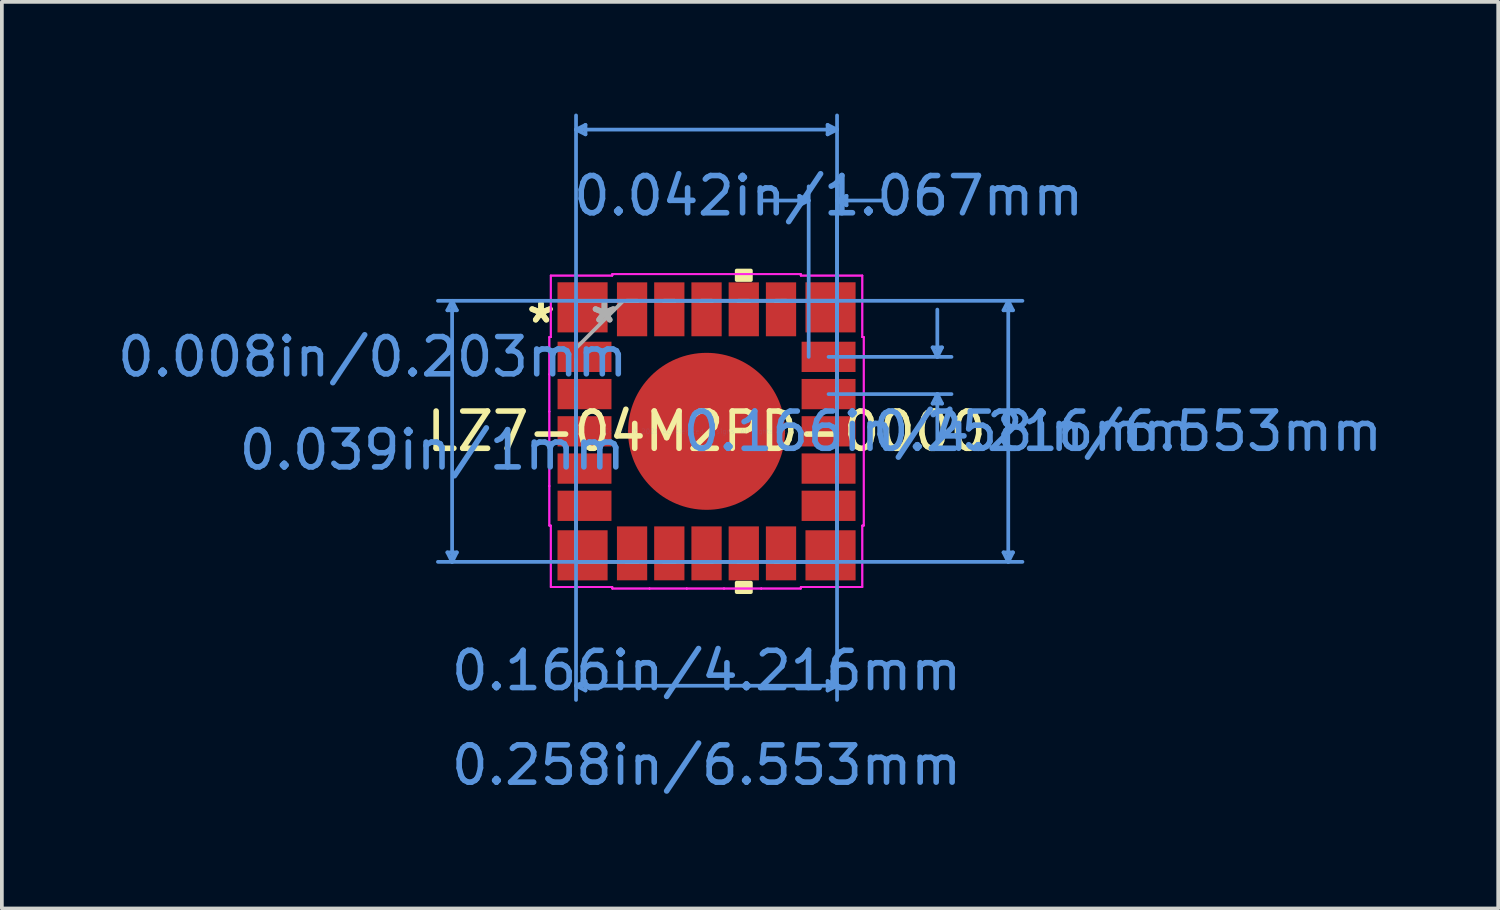
<source format=kicad_pcb>
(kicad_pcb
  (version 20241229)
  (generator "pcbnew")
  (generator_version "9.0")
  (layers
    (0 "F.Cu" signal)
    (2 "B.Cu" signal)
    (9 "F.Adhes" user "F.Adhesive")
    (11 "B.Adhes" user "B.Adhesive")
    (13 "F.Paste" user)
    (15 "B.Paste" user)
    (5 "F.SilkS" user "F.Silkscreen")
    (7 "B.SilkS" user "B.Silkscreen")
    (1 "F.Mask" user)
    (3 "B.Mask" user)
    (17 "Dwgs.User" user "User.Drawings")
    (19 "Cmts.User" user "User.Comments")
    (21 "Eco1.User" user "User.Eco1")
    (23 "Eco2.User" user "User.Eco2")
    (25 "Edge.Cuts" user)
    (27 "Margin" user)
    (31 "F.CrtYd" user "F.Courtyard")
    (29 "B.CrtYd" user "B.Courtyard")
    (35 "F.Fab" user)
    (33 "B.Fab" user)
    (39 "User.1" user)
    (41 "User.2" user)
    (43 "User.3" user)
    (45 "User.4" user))
  (footprint "LZ7-04M2PD-0000"
    (layer "F.Cu")
    (at 15.925 8.534)
    (property "Reference" "LZ7-04M2PD-0000" (at 0 0 0) (layer "F.SilkS") (effects (font (size 1 1) (thickness 0.15))))
    (attr through_hole)
    (fp_poly (pts (xy 0.81 -4.064) (xy 0.81 -4.318) (xy 1.191 -4.318) (xy 1.191 -4.064)) (stroke (width 0.1) (type solid)) (fill yes) (layer "F.SilkS"))
    (fp_poly (pts (xy 0.81 4.064) (xy 0.81 4.318) (xy 1.191 4.318) (xy 1.191 4.064)) (stroke (width 0.1) (type solid)) (fill yes) (layer "F.SilkS"))
    (fp_poly (pts (xy -2.008 -2.008) (xy -2.008 -0.803) (xy -0.803 -0.803) (xy -0.803 -2.008)) (stroke (width 0.1) (type solid)) (fill yes) (layer "F.Paste"))
    (fp_poly (pts (xy -2.008 -0.603) (xy -2.008 0.603) (xy -0.803 0.603) (xy -0.803 -0.603)) (stroke (width 0.1) (type solid)) (fill yes) (layer "F.Paste"))
    (fp_poly (pts (xy -2.008 0.803) (xy -2.008 2.008) (xy -0.803 2.008) (xy -0.803 0.803)) (stroke (width 0.1) (type solid)) (fill yes) (layer "F.Paste"))
    (fp_poly (pts (xy -0.603 -2.008) (xy -0.603 -0.803) (xy 0.603 -0.803) (xy 0.603 -2.008)) (stroke (width 0.1) (type solid)) (fill yes) (layer "F.Paste"))
    (fp_poly (pts (xy -0.603 -0.603) (xy -0.603 0.603) (xy 0.603 0.603) (xy 0.603 -0.603)) (stroke (width 0.1) (type solid)) (fill yes) (layer "F.Paste"))
    (fp_poly (pts (xy -0.603 0.803) (xy -0.603 2.008) (xy 0.603 2.008) (xy 0.603 0.803)) (stroke (width 0.1) (type solid)) (fill yes) (layer "F.Paste"))
    (fp_poly (pts (xy 0.803 -2.008) (xy 0.803 -0.803) (xy 2.008 -0.803) (xy 2.008 -2.008)) (stroke (width 0.1) (type solid)) (fill yes) (layer "F.Paste"))
    (fp_poly (pts (xy 0.803 -0.603) (xy 0.803 0.603) (xy 2.008 0.603) (xy 2.008 -0.603)) (stroke (width 0.1) (type solid)) (fill yes) (layer "F.Paste"))
    (fp_poly (pts (xy 0.803 0.803) (xy 0.803 2.008) (xy 2.008 2.008) (xy 2.008 0.803)) (stroke (width 0.1) (type solid)) (fill yes) (layer "F.Paste"))
    (fp_line (start -6.96 -3.251) (end -6.706 -3.251) (stroke (width 0.1) (type solid)) (layer "Cmts.User"))
    (fp_line (start -6.96 3.251) (end -6.706 3.251) (stroke (width 0.1) (type solid)) (layer "Cmts.User"))
    (fp_line (start -6.833 -3.505) (end -6.96 -3.251) (stroke (width 0.1) (type solid)) (layer "Cmts.User"))
    (fp_line (start -6.833 -3.505) (end -6.833 3.505) (stroke (width 0.1) (type solid)) (layer "Cmts.User"))
    (fp_line (start -6.833 -3.505) (end -6.706 -3.251) (stroke (width 0.1) (type solid)) (layer "Cmts.User"))
    (fp_line (start -6.833 3.505) (end -6.96 3.251) (stroke (width 0.1) (type solid)) (layer "Cmts.User"))
    (fp_line (start -6.833 3.505) (end -6.706 3.251) (stroke (width 0.1) (type solid)) (layer "Cmts.User"))
    (fp_line (start -3.505 -8.103) (end -3.251 -8.23) (stroke (width 0.1) (type solid)) (layer "Cmts.User"))
    (fp_line (start -3.505 -8.103) (end -3.251 -7.976) (stroke (width 0.1) (type solid)) (layer "Cmts.User"))
    (fp_line (start -3.505 -8.103) (end 3.505 -8.103) (stroke (width 0.1) (type solid)) (layer "Cmts.User"))
    (fp_line (start -3.505 -3.505) (end -3.505 7.214) (stroke (width 0.1) (type solid)) (layer "Cmts.User"))
    (fp_line (start -3.505 -2) (end -3.505 -8.484) (stroke (width 0.1) (type solid)) (layer "Cmts.User"))
    (fp_line (start -3.505 6.833) (end -3.251 6.706) (stroke (width 0.1) (type solid)) (layer "Cmts.User"))
    (fp_line (start -3.505 6.833) (end -3.251 6.96) (stroke (width 0.1) (type solid)) (layer "Cmts.User"))
    (fp_line (start -3.505 6.833) (end 3.505 6.833) (stroke (width 0.1) (type solid)) (layer "Cmts.User"))
    (fp_line (start -3.251 -8.23) (end -3.251 -7.976) (stroke (width 0.1) (type solid)) (layer "Cmts.User"))
    (fp_line (start -3.251 6.706) (end -3.251 6.96) (stroke (width 0.1) (type solid)) (layer "Cmts.User"))
    (fp_line (start 2 -3.505) (end 8.484 -3.505) (stroke (width 0.1) (type solid)) (layer "Cmts.User"))
    (fp_line (start 2 3.505) (end 8.484 3.505) (stroke (width 0.1) (type solid)) (layer "Cmts.User"))
    (fp_line (start 2.489 -6.325) (end 2.489 -6.071) (stroke (width 0.1) (type solid)) (layer "Cmts.User"))
    (fp_line (start 2.743 -6.198) (end 1.473 -6.198) (stroke (width 0.1) (type solid)) (layer "Cmts.User"))
    (fp_line (start 2.743 -6.198) (end 2.489 -6.325) (stroke (width 0.1) (type solid)) (layer "Cmts.User"))
    (fp_line (start 2.743 -6.198) (end 2.489 -6.071) (stroke (width 0.1) (type solid)) (layer "Cmts.User"))
    (fp_line (start 2.743 -2) (end 2.743 -6.579) (stroke (width 0.1) (type solid)) (layer "Cmts.User"))
    (fp_line (start 3.251 -8.23) (end 3.251 -7.976) (stroke (width 0.1) (type solid)) (layer "Cmts.User"))
    (fp_line (start 3.251 6.706) (end 3.251 6.96) (stroke (width 0.1) (type solid)) (layer "Cmts.User"))
    (fp_line (start 3.277 -2) (end 6.579 -2) (stroke (width 0.1) (type solid)) (layer "Cmts.User"))
    (fp_line (start 3.277 -1) (end 6.579 -1) (stroke (width 0.1) (type solid)) (layer "Cmts.User"))
    (fp_line (start 3.505 -8.103) (end 3.251 -8.23) (stroke (width 0.1) (type solid)) (layer "Cmts.User"))
    (fp_line (start 3.505 -8.103) (end 3.251 -7.976) (stroke (width 0.1) (type solid)) (layer "Cmts.User"))
    (fp_line (start 3.505 -6.198) (end 3.759 -6.325) (stroke (width 0.1) (type solid)) (layer "Cmts.User"))
    (fp_line (start 3.505 -6.198) (end 3.759 -6.071) (stroke (width 0.1) (type solid)) (layer "Cmts.User"))
    (fp_line (start 3.505 -6.198) (end 4.775 -6.198) (stroke (width 0.1) (type solid)) (layer "Cmts.User"))
    (fp_line (start 3.505 -3.505) (end -7.214 -3.505) (stroke (width 0.1) (type solid)) (layer "Cmts.User"))
    (fp_line (start 3.505 -3.505) (end 3.505 7.214) (stroke (width 0.1) (type solid)) (layer "Cmts.User"))
    (fp_line (start 3.505 -2) (end 3.505 -8.484) (stroke (width 0.1) (type solid)) (layer "Cmts.User"))
    (fp_line (start 3.505 -2) (end 3.505 -6.579) (stroke (width 0.1) (type solid)) (layer "Cmts.User"))
    (fp_line (start 3.505 3.505) (end -7.214 3.505) (stroke (width 0.1) (type solid)) (layer "Cmts.User"))
    (fp_line (start 3.505 6.833) (end 3.251 6.706) (stroke (width 0.1) (type solid)) (layer "Cmts.User"))
    (fp_line (start 3.505 6.833) (end 3.251 6.96) (stroke (width 0.1) (type solid)) (layer "Cmts.User"))
    (fp_line (start 3.759 -6.325) (end 3.759 -6.071) (stroke (width 0.1) (type solid)) (layer "Cmts.User"))
    (fp_line (start 6.071 -2.254) (end 6.325 -2.254) (stroke (width 0.1) (type solid)) (layer "Cmts.User"))
    (fp_line (start 6.071 -0.746) (end 6.325 -0.746) (stroke (width 0.1) (type solid)) (layer "Cmts.User"))
    (fp_line (start 6.198 -2) (end 6.071 -2.254) (stroke (width 0.1) (type solid)) (layer "Cmts.User"))
    (fp_line (start 6.198 -2) (end 6.198 -3.27) (stroke (width 0.1) (type solid)) (layer "Cmts.User"))
    (fp_line (start 6.198 -2) (end 6.325 -2.254) (stroke (width 0.1) (type solid)) (layer "Cmts.User"))
    (fp_line (start 6.198 -1) (end 6.071 -0.746) (stroke (width 0.1) (type solid)) (layer "Cmts.User"))
    (fp_line (start 6.198 -1) (end 6.198 0.27) (stroke (width 0.1) (type solid)) (layer "Cmts.User"))
    (fp_line (start 6.198 -1) (end 6.325 -0.746) (stroke (width 0.1) (type solid)) (layer "Cmts.User"))
    (fp_line (start 7.976 -3.251) (end 8.23 -3.251) (stroke (width 0.1) (type solid)) (layer "Cmts.User"))
    (fp_line (start 7.976 3.251) (end 8.23 3.251) (stroke (width 0.1) (type solid)) (layer "Cmts.User"))
    (fp_line (start 8.103 -3.505) (end 7.976 -3.251) (stroke (width 0.1) (type solid)) (layer "Cmts.User"))
    (fp_line (start 8.103 -3.505) (end 8.103 3.505) (stroke (width 0.1) (type solid)) (layer "Cmts.User"))
    (fp_line (start 8.103 -3.505) (end 8.23 -3.251) (stroke (width 0.1) (type solid)) (layer "Cmts.User"))
    (fp_line (start 8.103 3.505) (end 7.976 3.251) (stroke (width 0.1) (type solid)) (layer "Cmts.User"))
    (fp_line (start 8.103 3.505) (end 8.23 3.251) (stroke (width 0.1) (type solid)) (layer "Cmts.User"))
    (fp_line (start -4.222 -2.531) (end -4.222 -1.531) (stroke (width 0.05) (type solid)) (layer "F.CrtYd"))
    (fp_line (start -4.222 -2.531) (end -4.222 -1.531) (stroke (width 0.05) (type solid)) (layer "F.CrtYd"))
    (fp_line (start -4.222 -1.531) (end -4.222 -1.531) (stroke (width 0.05) (type solid)) (layer "F.CrtYd"))
    (fp_line (start -4.222 -1.531) (end -4.222 -1.531) (stroke (width 0.05) (type solid)) (layer "F.CrtYd"))
    (fp_line (start -4.222 -1.531) (end -4.222 -0.531) (stroke (width 0.05) (type solid)) (layer "F.CrtYd"))
    (fp_line (start -4.222 -1.531) (end -4.222 -0.531) (stroke (width 0.05) (type solid)) (layer "F.CrtYd"))
    (fp_line (start -4.222 -0.531) (end -4.222 -0.531) (stroke (width 0.05) (type solid)) (layer "F.CrtYd"))
    (fp_line (start -4.222 -0.531) (end -4.222 -0.531) (stroke (width 0.05) (type solid)) (layer "F.CrtYd"))
    (fp_line (start -4.222 -0.531) (end -4.222 0.469) (stroke (width 0.05) (type solid)) (layer "F.CrtYd"))
    (fp_line (start -4.222 -0.531) (end -4.222 0.469) (stroke (width 0.05) (type solid)) (layer "F.CrtYd"))
    (fp_line (start -4.222 0.469) (end -4.222 0.469) (stroke (width 0.05) (type solid)) (layer "F.CrtYd"))
    (fp_line (start -4.222 0.469) (end -4.222 0.469) (stroke (width 0.05) (type solid)) (layer "F.CrtYd"))
    (fp_line (start -4.222 0.469) (end -4.222 1.469) (stroke (width 0.05) (type solid)) (layer "F.CrtYd"))
    (fp_line (start -4.222 0.469) (end -4.222 1.469) (stroke (width 0.05) (type solid)) (layer "F.CrtYd"))
    (fp_line (start -4.222 1.469) (end -4.222 1.469) (stroke (width 0.05) (type solid)) (layer "F.CrtYd"))
    (fp_line (start -4.222 1.469) (end -4.222 1.469) (stroke (width 0.05) (type solid)) (layer "F.CrtYd"))
    (fp_line (start -4.222 1.469) (end -4.222 2.531) (stroke (width 0.05) (type solid)) (layer "F.CrtYd"))
    (fp_line (start -4.222 1.469) (end -4.222 2.531) (stroke (width 0.05) (type solid)) (layer "F.CrtYd"))
    (fp_line (start -4.222 2.531) (end -4.183 2.531) (stroke (width 0.05) (type solid)) (layer "F.CrtYd"))
    (fp_line (start -4.222 2.531) (end -4.183 2.531) (stroke (width 0.05) (type solid)) (layer "F.CrtYd"))
    (fp_line (start -4.183 -4.183) (end -4.183 -2.531) (stroke (width 0.05) (type solid)) (layer "F.CrtYd"))
    (fp_line (start -4.183 -4.183) (end -4.183 -2.531) (stroke (width 0.05) (type solid)) (layer "F.CrtYd"))
    (fp_line (start -4.183 -2.531) (end -4.222 -2.531) (stroke (width 0.05) (type solid)) (layer "F.CrtYd"))
    (fp_line (start -4.183 -2.531) (end -4.222 -2.531) (stroke (width 0.05) (type solid)) (layer "F.CrtYd"))
    (fp_line (start -4.183 2.531) (end -4.183 4.183) (stroke (width 0.05) (type solid)) (layer "F.CrtYd"))
    (fp_line (start -4.183 2.531) (end -4.183 4.183) (stroke (width 0.05) (type solid)) (layer "F.CrtYd"))
    (fp_line (start -4.183 4.183) (end -2.531 4.183) (stroke (width 0.05) (type solid)) (layer "F.CrtYd"))
    (fp_line (start -4.183 4.183) (end -2.531 4.183) (stroke (width 0.05) (type solid)) (layer "F.CrtYd"))
    (fp_line (start -2.531 -4.222) (end -2.531 -4.183) (stroke (width 0.05) (type solid)) (layer "F.CrtYd"))
    (fp_line (start -2.531 -4.222) (end -2.531 -4.183) (stroke (width 0.05) (type solid)) (layer "F.CrtYd"))
    (fp_line (start -2.531 -4.183) (end -4.183 -4.183) (stroke (width 0.05) (type solid)) (layer "F.CrtYd"))
    (fp_line (start -2.531 -4.183) (end -4.183 -4.183) (stroke (width 0.05) (type solid)) (layer "F.CrtYd"))
    (fp_line (start -2.531 4.183) (end -2.531 4.222) (stroke (width 0.05) (type solid)) (layer "F.CrtYd"))
    (fp_line (start -2.531 4.183) (end -2.531 4.222) (stroke (width 0.05) (type solid)) (layer "F.CrtYd"))
    (fp_line (start -2.531 4.222) (end -1.531 4.222) (stroke (width 0.05) (type solid)) (layer "F.CrtYd"))
    (fp_line (start -2.531 4.222) (end -1.531 4.222) (stroke (width 0.05) (type solid)) (layer "F.CrtYd"))
    (fp_line (start -1.531 4.222) (end -1.531 4.222) (stroke (width 0.05) (type solid)) (layer "F.CrtYd"))
    (fp_line (start -1.531 4.222) (end -1.531 4.222) (stroke (width 0.05) (type solid)) (layer "F.CrtYd"))
    (fp_line (start -1.531 4.222) (end -0.531 4.222) (stroke (width 0.05) (type solid)) (layer "F.CrtYd"))
    (fp_line (start -1.531 4.222) (end -0.531 4.222) (stroke (width 0.05) (type solid)) (layer "F.CrtYd"))
    (fp_line (start -0.531 4.222) (end -0.531 4.222) (stroke (width 0.05) (type solid)) (layer "F.CrtYd"))
    (fp_line (start -0.531 4.222) (end -0.531 4.222) (stroke (width 0.05) (type solid)) (layer "F.CrtYd"))
    (fp_line (start -0.531 4.222) (end 0.469 4.222) (stroke (width 0.05) (type solid)) (layer "F.CrtYd"))
    (fp_line (start -0.531 4.222) (end 0.469 4.222) (stroke (width 0.05) (type solid)) (layer "F.CrtYd"))
    (fp_line (start 0.469 4.222) (end 0.469 4.222) (stroke (width 0.05) (type solid)) (layer "F.CrtYd"))
    (fp_line (start 0.469 4.222) (end 0.469 4.222) (stroke (width 0.05) (type solid)) (layer "F.CrtYd"))
    (fp_line (start 0.469 4.222) (end 1.469 4.222) (stroke (width 0.05) (type solid)) (layer "F.CrtYd"))
    (fp_line (start 0.469 4.222) (end 1.469 4.222) (stroke (width 0.05) (type solid)) (layer "F.CrtYd"))
    (fp_line (start 1.469 4.222) (end 1.469 4.222) (stroke (width 0.05) (type solid)) (layer "F.CrtYd"))
    (fp_line (start 1.469 4.222) (end 1.469 4.222) (stroke (width 0.05) (type solid)) (layer "F.CrtYd"))
    (fp_line (start 1.469 4.222) (end 2.531 4.222) (stroke (width 0.05) (type solid)) (layer "F.CrtYd"))
    (fp_line (start 1.469 4.222) (end 2.531 4.222) (stroke (width 0.05) (type solid)) (layer "F.CrtYd"))
    (fp_line (start 2.531 -4.222) (end -2.531 -4.222) (stroke (width 0.05) (type solid)) (layer "F.CrtYd"))
    (fp_line (start 2.531 -4.222) (end -2.531 -4.222) (stroke (width 0.05) (type solid)) (layer "F.CrtYd"))
    (fp_line (start 2.531 -4.183) (end 2.531 -4.222) (stroke (width 0.05) (type solid)) (layer "F.CrtYd"))
    (fp_line (start 2.531 -4.183) (end 2.531 -4.222) (stroke (width 0.05) (type solid)) (layer "F.CrtYd"))
    (fp_line (start 2.531 4.183) (end 4.183 4.183) (stroke (width 0.05) (type solid)) (layer "F.CrtYd"))
    (fp_line (start 2.531 4.183) (end 4.183 4.183) (stroke (width 0.05) (type solid)) (layer "F.CrtYd"))
    (fp_line (start 2.531 4.222) (end 2.531 4.183) (stroke (width 0.05) (type solid)) (layer "F.CrtYd"))
    (fp_line (start 2.531 4.222) (end 2.531 4.183) (stroke (width 0.05) (type solid)) (layer "F.CrtYd"))
    (fp_line (start 4.183 -4.183) (end 2.531 -4.183) (stroke (width 0.05) (type solid)) (layer "F.CrtYd"))
    (fp_line (start 4.183 -4.183) (end 2.531 -4.183) (stroke (width 0.05) (type solid)) (layer "F.CrtYd"))
    (fp_line (start 4.183 -2.531) (end 4.183 -4.183) (stroke (width 0.05) (type solid)) (layer "F.CrtYd"))
    (fp_line (start 4.183 -2.531) (end 4.183 -4.183) (stroke (width 0.05) (type solid)) (layer "F.CrtYd"))
    (fp_line (start 4.183 2.531) (end 4.222 2.531) (stroke (width 0.05) (type solid)) (layer "F.CrtYd"))
    (fp_line (start 4.183 2.531) (end 4.222 2.531) (stroke (width 0.05) (type solid)) (layer "F.CrtYd"))
    (fp_line (start 4.183 4.183) (end 4.183 2.531) (stroke (width 0.05) (type solid)) (layer "F.CrtYd"))
    (fp_line (start 4.183 4.183) (end 4.183 2.531) (stroke (width 0.05) (type solid)) (layer "F.CrtYd"))
    (fp_line (start 4.222 -2.531) (end 4.183 -2.531) (stroke (width 0.05) (type solid)) (layer "F.CrtYd"))
    (fp_line (start 4.222 -2.531) (end 4.183 -2.531) (stroke (width 0.05) (type solid)) (layer "F.CrtYd"))
    (fp_line (start 4.222 2.531) (end 4.222 -2.531) (stroke (width 0.05) (type solid)) (layer "F.CrtYd"))
    (fp_line (start 4.222 2.531) (end 4.222 -2.531) (stroke (width 0.05) (type solid)) (layer "F.CrtYd"))
    (fp_line (start -3.505 -3.505) (end -3.505 3.505) (stroke (width 0.1) (type solid)) (layer "F.Fab"))
    (fp_line (start -3.505 -2.235) (end -2.235 -3.505) (stroke (width 0.1) (type solid)) (layer "F.Fab"))
    (fp_line (start -3.505 -2.152) (end -3.505 -2.152) (stroke (width 0.1) (type solid)) (layer "F.Fab"))
    (fp_line (start -3.505 -2.152) (end -3.505 -1.848) (stroke (width 0.1) (type solid)) (layer "F.Fab"))
    (fp_line (start -3.505 -1.848) (end -3.505 -2.152) (stroke (width 0.1) (type solid)) (layer "F.Fab"))
    (fp_line (start -3.505 -1.848) (end -3.505 -1.848) (stroke (width 0.1) (type solid)) (layer "F.Fab"))
    (fp_line (start -3.505 -1.152) (end -3.505 -1.152) (stroke (width 0.1) (type solid)) (layer "F.Fab"))
    (fp_line (start -3.505 -1.152) (end -3.505 -0.848) (stroke (width 0.1) (type solid)) (layer "F.Fab"))
    (fp_line (start -3.505 -0.848) (end -3.505 -1.152) (stroke (width 0.1) (type solid)) (layer "F.Fab"))
    (fp_line (start -3.505 -0.848) (end -3.505 -0.848) (stroke (width 0.1) (type solid)) (layer "F.Fab"))
    (fp_line (start -3.505 -0.152) (end -3.505 -0.152) (stroke (width 0.1) (type solid)) (layer "F.Fab"))
    (fp_line (start -3.505 -0.152) (end -3.505 0.152) (stroke (width 0.1) (type solid)) (layer "F.Fab"))
    (fp_line (start -3.505 0.152) (end -3.505 -0.152) (stroke (width 0.1) (type solid)) (layer "F.Fab"))
    (fp_line (start -3.505 0.152) (end -3.505 0.152) (stroke (width 0.1) (type solid)) (layer "F.Fab"))
    (fp_line (start -3.505 0.848) (end -3.505 0.848) (stroke (width 0.1) (type solid)) (layer "F.Fab"))
    (fp_line (start -3.505 0.848) (end -3.505 1.152) (stroke (width 0.1) (type solid)) (layer "F.Fab"))
    (fp_line (start -3.505 1.152) (end -3.505 0.848) (stroke (width 0.1) (type solid)) (layer "F.Fab"))
    (fp_line (start -3.505 1.152) (end -3.505 1.152) (stroke (width 0.1) (type solid)) (layer "F.Fab"))
    (fp_line (start -3.505 1.848) (end -3.505 1.848) (stroke (width 0.1) (type solid)) (layer "F.Fab"))
    (fp_line (start -3.505 1.848) (end -3.505 2.152) (stroke (width 0.1) (type solid)) (layer "F.Fab"))
    (fp_line (start -3.505 2.152) (end -3.505 1.848) (stroke (width 0.1) (type solid)) (layer "F.Fab"))
    (fp_line (start -3.505 2.152) (end -3.505 2.152) (stroke (width 0.1) (type solid)) (layer "F.Fab"))
    (fp_line (start -3.505 3.505) (end 3.505 3.505) (stroke (width 0.1) (type solid)) (layer "F.Fab"))
    (fp_line (start -2.152 -3.505) (end -2.152 -3.505) (stroke (width 0.1) (type solid)) (layer "F.Fab"))
    (fp_line (start -2.152 -3.505) (end -1.848 -3.505) (stroke (width 0.1) (type solid)) (layer "F.Fab"))
    (fp_line (start -2.152 3.505) (end -2.152 3.505) (stroke (width 0.1) (type solid)) (layer "F.Fab"))
    (fp_line (start -2.152 3.505) (end -1.848 3.505) (stroke (width 0.1) (type solid)) (layer "F.Fab"))
    (fp_line (start -1.848 -3.505) (end -2.152 -3.505) (stroke (width 0.1) (type solid)) (layer "F.Fab"))
    (fp_line (start -1.848 -3.505) (end -1.848 -3.505) (stroke (width 0.1) (type solid)) (layer "F.Fab"))
    (fp_line (start -1.848 3.505) (end -2.152 3.505) (stroke (width 0.1) (type solid)) (layer "F.Fab"))
    (fp_line (start -1.848 3.505) (end -1.848 3.505) (stroke (width 0.1) (type solid)) (layer "F.Fab"))
    (fp_line (start -1.152 -3.505) (end -1.152 -3.505) (stroke (width 0.1) (type solid)) (layer "F.Fab"))
    (fp_line (start -1.152 -3.505) (end -0.848 -3.505) (stroke (width 0.1) (type solid)) (layer "F.Fab"))
    (fp_line (start -1.152 3.505) (end -1.152 3.505) (stroke (width 0.1) (type solid)) (layer "F.Fab"))
    (fp_line (start -1.152 3.505) (end -0.848 3.505) (stroke (width 0.1) (type solid)) (layer "F.Fab"))
    (fp_line (start -0.848 -3.505) (end -1.152 -3.505) (stroke (width 0.1) (type solid)) (layer "F.Fab"))
    (fp_line (start -0.848 -3.505) (end -0.848 -3.505) (stroke (width 0.1) (type solid)) (layer "F.Fab"))
    (fp_line (start -0.848 3.505) (end -1.152 3.505) (stroke (width 0.1) (type solid)) (layer "F.Fab"))
    (fp_line (start -0.848 3.505) (end -0.848 3.505) (stroke (width 0.1) (type solid)) (layer "F.Fab"))
    (fp_line (start -0.152 -3.505) (end -0.152 -3.505) (stroke (width 0.1) (type solid)) (layer "F.Fab"))
    (fp_line (start -0.152 -3.505) (end 0.152 -3.505) (stroke (width 0.1) (type solid)) (layer "F.Fab"))
    (fp_line (start -0.152 3.505) (end -0.152 3.505) (stroke (width 0.1) (type solid)) (layer "F.Fab"))
    (fp_line (start -0.152 3.505) (end 0.152 3.505) (stroke (width 0.1) (type solid)) (layer "F.Fab"))
    (fp_line (start 0.152 -3.505) (end -0.152 -3.505) (stroke (width 0.1) (type solid)) (layer "F.Fab"))
    (fp_line (start 0.152 -3.505) (end 0.152 -3.505) (stroke (width 0.1) (type solid)) (layer "F.Fab"))
    (fp_line (start 0.152 3.505) (end -0.152 3.505) (stroke (width 0.1) (type solid)) (layer "F.Fab"))
    (fp_line (start 0.152 3.505) (end 0.152 3.505) (stroke (width 0.1) (type solid)) (layer "F.Fab"))
    (fp_line (start 0.848 -3.505) (end 0.848 -3.505) (stroke (width 0.1) (type solid)) (layer "F.Fab"))
    (fp_line (start 0.848 -3.505) (end 1.152 -3.505) (stroke (width 0.1) (type solid)) (layer "F.Fab"))
    (fp_line (start 0.848 3.505) (end 0.848 3.505) (stroke (width 0.1) (type solid)) (layer "F.Fab"))
    (fp_line (start 0.848 3.505) (end 1.152 3.505) (stroke (width 0.1) (type solid)) (layer "F.Fab"))
    (fp_line (start 1.152 -3.505) (end 0.848 -3.505) (stroke (width 0.1) (type solid)) (layer "F.Fab"))
    (fp_line (start 1.152 -3.505) (end 1.152 -3.505) (stroke (width 0.1) (type solid)) (layer "F.Fab"))
    (fp_line (start 1.152 3.505) (end 0.848 3.505) (stroke (width 0.1) (type solid)) (layer "F.Fab"))
    (fp_line (start 1.152 3.505) (end 1.152 3.505) (stroke (width 0.1) (type solid)) (layer "F.Fab"))
    (fp_line (start 1.848 -3.505) (end 1.848 -3.505) (stroke (width 0.1) (type solid)) (layer "F.Fab"))
    (fp_line (start 1.848 -3.505) (end 2.152 -3.505) (stroke (width 0.1) (type solid)) (layer "F.Fab"))
    (fp_line (start 1.848 3.505) (end 1.848 3.505) (stroke (width 0.1) (type solid)) (layer "F.Fab"))
    (fp_line (start 1.848 3.505) (end 2.152 3.505) (stroke (width 0.1) (type solid)) (layer "F.Fab"))
    (fp_line (start 2.152 -3.505) (end 1.848 -3.505) (stroke (width 0.1) (type solid)) (layer "F.Fab"))
    (fp_line (start 2.152 -3.505) (end 2.152 -3.505) (stroke (width 0.1) (type solid)) (layer "F.Fab"))
    (fp_line (start 2.152 3.505) (end 1.848 3.505) (stroke (width 0.1) (type solid)) (layer "F.Fab"))
    (fp_line (start 2.152 3.505) (end 2.152 3.505) (stroke (width 0.1) (type solid)) (layer "F.Fab"))
    (fp_line (start 3.505 -3.505) (end -3.505 -3.505) (stroke (width 0.1) (type solid)) (layer "F.Fab"))
    (fp_line (start 3.505 -2.152) (end 3.505 -2.152) (stroke (width 0.1) (type solid)) (layer "F.Fab"))
    (fp_line (start 3.505 -2.152) (end 3.505 -1.848) (stroke (width 0.1) (type solid)) (layer "F.Fab"))
    (fp_line (start 3.505 -1.848) (end 3.505 -2.152) (stroke (width 0.1) (type solid)) (layer "F.Fab"))
    (fp_line (start 3.505 -1.848) (end 3.505 -1.848) (stroke (width 0.1) (type solid)) (layer "F.Fab"))
    (fp_line (start 3.505 -1.152) (end 3.505 -1.152) (stroke (width 0.1) (type solid)) (layer "F.Fab"))
    (fp_line (start 3.505 -1.152) (end 3.505 -0.848) (stroke (width 0.1) (type solid)) (layer "F.Fab"))
    (fp_line (start 3.505 -0.848) (end 3.505 -1.152) (stroke (width 0.1) (type solid)) (layer "F.Fab"))
    (fp_line (start 3.505 -0.848) (end 3.505 -0.848) (stroke (width 0.1) (type solid)) (layer "F.Fab"))
    (fp_line (start 3.505 -0.152) (end 3.505 -0.152) (stroke (width 0.1) (type solid)) (layer "F.Fab"))
    (fp_line (start 3.505 -0.152) (end 3.505 0.152) (stroke (width 0.1) (type solid)) (layer "F.Fab"))
    (fp_line (start 3.505 0.152) (end 3.505 -0.152) (stroke (width 0.1) (type solid)) (layer "F.Fab"))
    (fp_line (start 3.505 0.152) (end 3.505 0.152) (stroke (width 0.1) (type solid)) (layer "F.Fab"))
    (fp_line (start 3.505 0.848) (end 3.505 0.848) (stroke (width 0.1) (type solid)) (layer "F.Fab"))
    (fp_line (start 3.505 0.848) (end 3.505 1.152) (stroke (width 0.1) (type solid)) (layer "F.Fab"))
    (fp_line (start 3.505 1.152) (end 3.505 0.848) (stroke (width 0.1) (type solid)) (layer "F.Fab"))
    (fp_line (start 3.505 1.152) (end 3.505 1.152) (stroke (width 0.1) (type solid)) (layer "F.Fab"))
    (fp_line (start 3.505 1.848) (end 3.505 1.848) (stroke (width 0.1) (type solid)) (layer "F.Fab"))
    (fp_line (start 3.505 1.848) (end 3.505 2.152) (stroke (width 0.1) (type solid)) (layer "F.Fab"))
    (fp_line (start 3.505 2.152) (end 3.505 1.848) (stroke (width 0.1) (type solid)) (layer "F.Fab"))
    (fp_line (start 3.505 2.152) (end 3.505 2.152) (stroke (width 0.1) (type solid)) (layer "F.Fab"))
    (fp_line (start 3.505 3.505) (end 3.505 -3.505) (stroke (width 0.1) (type solid)) (layer "F.Fab"))
    (fp_text user "*" (at -4.445 -2.881 0) (layer "F.SilkS") (effects (font (size 1 1) (thickness 0.15))))
    (fp_text user "*" (at -4.445 -2.881 0) (layer "F.SilkS") (effects (font (size 1 1) (thickness 0.15))))
    (fp_text user "0.258in/6.553mm" (at 0 8.966 0) (layer "Cmts.User") (effects (font (size 1 1) (thickness 0.15))))
    (fp_text user "0.166in/4.216mm" (at 0 6.426 0) (layer "Cmts.User") (effects (font (size 1 1) (thickness 0.15))))
    (fp_text user "0.042in/1.067mm" (at 3.277 -6.325 0) (layer "Cmts.User") (effects (font (size 1 1) (thickness 0.15))))
    (fp_text user "0.258in/6.553mm" (at 11.303 0 0) (layer "Cmts.User") (effects (font (size 1 1) (thickness 0.15))))
    (fp_text user "0.039in/1mm" (at -7.366 0.5 0) (layer "Cmts.User") (effects (font (size 1 1) (thickness 0.15))))
    (fp_text user "Copyright 2021 Accelerated Designs. All rights reserved." (at 0 0 0) (layer "Cmts.User") (effects (font (size 0.127 0.127) (thickness 0.002))))
    (fp_text user "0.008in/0.203mm" (at -8.966 -2 0) (layer "Cmts.User") (effects (font (size 1 1) (thickness 0.15))))
    (fp_text user "0.166in/4.216mm" (at 6.223 0 0) (layer "Cmts.User") (effects (font (size 1 1) (thickness 0.15))))
    (fp_text user "*" (at -2.743 -2.881 0) (layer "F.Fab") (effects (font (size 1 1) (thickness 0.15))))
    (fp_text user "*" (at -2.743 -2.881 0) (layer "F.Fab") (effects (font (size 1 1) (thickness 0.15))))
    (pad "1" smd rect (at -3.33 -3.33) (size 1.346 1.346) (layers "F.Cu" "F.Mask" "F.Paste"))
    (pad "2" smd rect (at -3.277 -2 90) (size 0.813 1.448) (layers "F.Cu" "F.Mask" "F.Paste"))
    (pad "3" smd rect (at -3.277 -1 90) (size 0.813 1.448) (layers "F.Cu" "F.Mask" "F.Paste"))
    (pad "4" smd rect (at -3.277 0 90) (size 0.813 1.448) (layers "F.Cu" "F.Mask" "F.Paste"))
    (pad "5" smd rect (at -3.277 1 90) (size 0.813 1.448) (layers "F.Cu" "F.Mask" "F.Paste"))
    (pad "6" smd rect (at -3.277 2 90) (size 0.813 1.448) (layers "F.Cu" "F.Mask" "F.Paste"))
    (pad "7" smd rect (at -3.33 3.33) (size 1.346 1.346) (layers "F.Cu" "F.Mask" "F.Paste"))
    (pad "8" smd rect (at -2 3.277) (size 0.813 1.448) (layers "F.Cu" "F.Mask" "F.Paste"))
    (pad "9" smd rect (at -1 3.277) (size 0.813 1.448) (layers "F.Cu" "F.Mask" "F.Paste"))
    (pad "10" smd rect (at 0 3.277) (size 0.813 1.448) (layers "F.Cu" "F.Mask" "F.Paste"))
    (pad "11" smd rect (at 1 3.277) (size 0.813 1.448) (layers "F.Cu" "F.Mask" "F.Paste"))
    (pad "12" smd rect (at 2 3.277) (size 0.813 1.448) (layers "F.Cu" "F.Mask" "F.Paste"))
    (pad "13" smd rect (at 3.33 3.33) (size 1.346 1.346) (layers "F.Cu" "F.Mask" "F.Paste"))
    (pad "14" smd rect (at 3.277 2 90) (size 0.813 1.448) (layers "F.Cu" "F.Mask" "F.Paste"))
    (pad "15" smd rect (at 3.277 1 90) (size 0.813 1.448) (layers "F.Cu" "F.Mask" "F.Paste"))
    (pad "16" smd rect (at 3.277 0 90) (size 0.813 1.448) (layers "F.Cu" "F.Mask" "F.Paste"))
    (pad "17" smd rect (at 3.277 -1 90) (size 0.813 1.448) (layers "F.Cu" "F.Mask" "F.Paste"))
    (pad "18" smd rect (at 3.277 -2 90) (size 0.813 1.448) (layers "F.Cu" "F.Mask" "F.Paste"))
    (pad "19" smd rect (at 3.33 -3.33) (size 1.346 1.346) (layers "F.Cu" "F.Mask" "F.Paste"))
    (pad "20" smd rect (at 2 -3.277) (size 0.813 1.448) (layers "F.Cu" "F.Mask" "F.Paste"))
    (pad "21" smd rect (at 1 -3.277) (size 0.813 1.448) (layers "F.Cu" "F.Mask" "F.Paste"))
    (pad "22" smd rect (at 0 -3.277) (size 0.813 1.448) (layers "F.Cu" "F.Mask" "F.Paste"))
    (pad "23" smd rect (at -1 -3.277) (size 0.813 1.448) (layers "F.Cu" "F.Mask" "F.Paste"))
    (pad "24" smd rect (at -2 -3.277) (size 0.813 1.448) (layers "F.Cu" "F.Mask" "F.Paste"))
    (pad "25" smd circle (at 0 0) (size 4.216 4.216) (layers "F.Cu" "F.Mask" "F.Paste")))
  (gr_rect
    (start -3 -3)
    (end 37.186 21.348)
    (stroke (width 0.1) (type default))
    (fill no)
    (layer "Edge.Cuts")))
</source>
